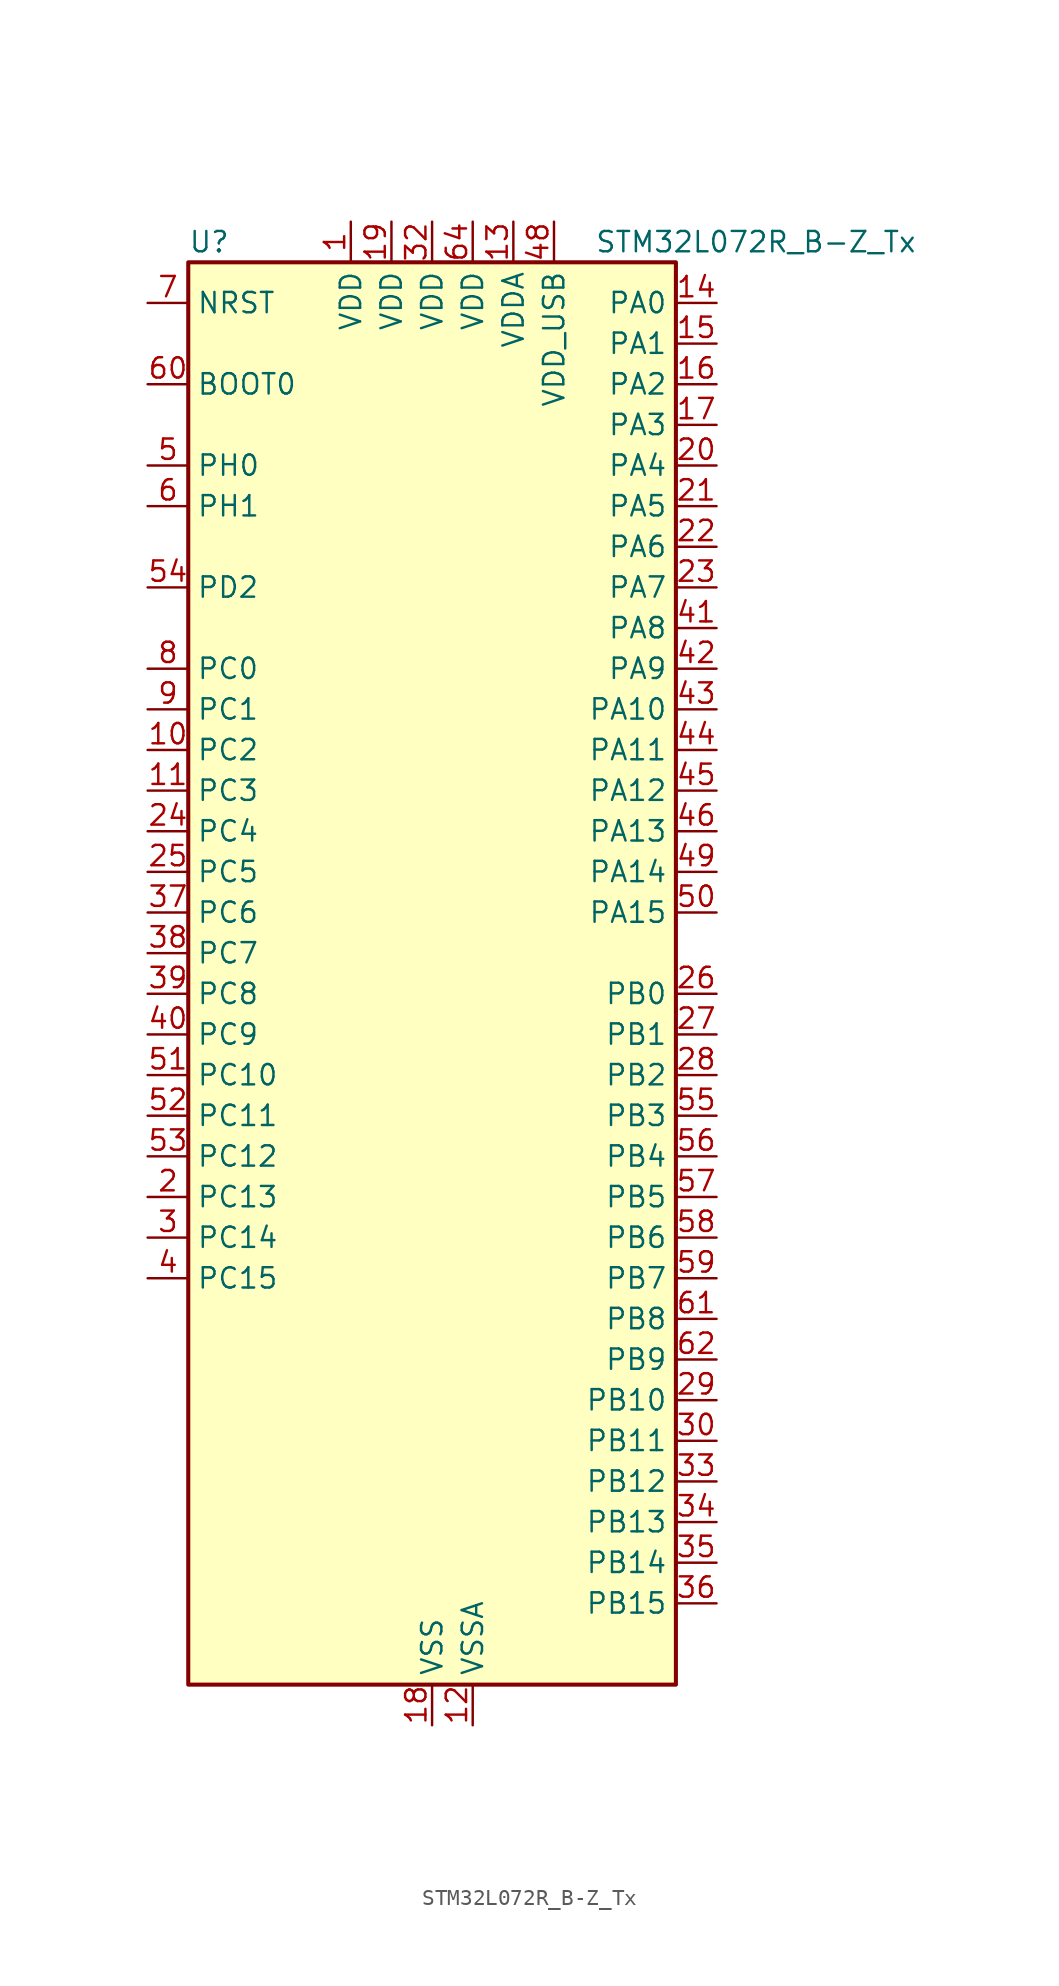
<source format=kicad_sym>
(kicad_symbol_lib
  (version 20231120)
  (generator "kicad_symbol_editor")
  (generator_version "8.0")
  (symbol "STM32L072R_B-Z_Tx"
    (property "Reference" "U"
      (at -15.24 46.99 0)
      (effects (font (size 1.27 1.27)) (justify left)))
    (property "Value" "STM32L072R_B-Z_Tx"
      (at 10.16 46.99 0)
      (effects (font (size 1.27 1.27)) (justify left)))
    (property "ki_locked" ""
      (at 0 0 0)
      (effects (font (size 1.27 1.27))))
    (symbol "STM32L072R_B-Z_Tx_0_1"
      (rectangle (start -15.24 -43.18) (end 15.24 45.72) (stroke (width 0.254) (type default)) (fill (type background))))
    (symbol "STM32L072R_B-Z_Tx_1_1"
      (pin power_in line (at -5.08 48.26 270) (length 2.54) (name "VDD" (effects (font (size 1.27 1.27)))) (number "1" (effects (font (size 1.27 1.27)))))
      (pin bidirectional line (at -17.78 15.24 0) (length 2.54) (name "PC2" (effects (font (size 1.27 1.27)))) (number "10" (effects (font (size 1.27 1.27)))) (alternate "ADC_IN12" bidirectional line) (alternate "I2S2_MCK" bidirectional line) (alternate "LPTIM1_IN2" bidirectional line) (alternate "SPI2_MISO" bidirectional line) (alternate "TSC_G7_IO3" bidirectional line))
      (pin bidirectional line (at -17.78 12.7 0) (length 2.54) (name "PC3" (effects (font (size 1.27 1.27)))) (number "11" (effects (font (size 1.27 1.27)))) (alternate "ADC_IN13" bidirectional line) (alternate "I2S2_SD" bidirectional line) (alternate "LPTIM1_ETR" bidirectional line) (alternate "SPI2_MOSI" bidirectional line) (alternate "TSC_G7_IO4" bidirectional line))
      (pin power_in line (at 2.54 -45.72 90) (length 2.54) (name "VSSA" (effects (font (size 1.27 1.27)))) (number "12" (effects (font (size 1.27 1.27)))))
      (pin power_in line (at 5.08 48.26 270) (length 2.54) (name "VDDA" (effects (font (size 1.27 1.27)))) (number "13" (effects (font (size 1.27 1.27)))))
      (pin bidirectional line (at 17.78 43.18 180) (length 2.54) (name "PA0" (effects (font (size 1.27 1.27)))) (number "14" (effects (font (size 1.27 1.27)))) (alternate "ADC_IN0" bidirectional line) (alternate "COMP1_INM" bidirectional line) (alternate "COMP1_OUT" bidirectional line) (alternate "RTC_TAMP2" bidirectional line) (alternate "SYS_WKUP1" bidirectional line) (alternate "TIM2_CH1" bidirectional line) (alternate "TIM2_ETR" bidirectional line) (alternate "TSC_G1_IO1" bidirectional line) (alternate "USART2_CTS" bidirectional line) (alternate "USART4_TX" bidirectional line))
      (pin bidirectional line (at 17.78 40.64 180) (length 2.54) (name "PA1" (effects (font (size 1.27 1.27)))) (number "15" (effects (font (size 1.27 1.27)))) (alternate "ADC_IN1" bidirectional line) (alternate "COMP1_INP" bidirectional line) (alternate "TIM21_ETR" bidirectional line) (alternate "TIM2_CH2" bidirectional line) (alternate "TSC_G1_IO2" bidirectional line) (alternate "USART2_DE" bidirectional line) (alternate "USART2_RTS" bidirectional line) (alternate "USART4_RX" bidirectional line))
      (pin bidirectional line (at 17.78 38.1 180) (length 2.54) (name "PA2" (effects (font (size 1.27 1.27)))) (number "16" (effects (font (size 1.27 1.27)))) (alternate "ADC_IN2" bidirectional line) (alternate "COMP2_INM" bidirectional line) (alternate "COMP2_OUT" bidirectional line) (alternate "LPUART1_TX" bidirectional line) (alternate "TIM21_CH1" bidirectional line) (alternate "TIM2_CH3" bidirectional line) (alternate "TSC_G1_IO3" bidirectional line) (alternate "USART2_TX" bidirectional line))
      (pin bidirectional line (at 17.78 35.56 180) (length 2.54) (name "PA3" (effects (font (size 1.27 1.27)))) (number "17" (effects (font (size 1.27 1.27)))) (alternate "ADC_IN3" bidirectional line) (alternate "COMP2_INP" bidirectional line) (alternate "LPUART1_RX" bidirectional line) (alternate "TIM21_CH2" bidirectional line) (alternate "TIM2_CH4" bidirectional line) (alternate "TSC_G1_IO4" bidirectional line) (alternate "USART2_RX" bidirectional line))
      (pin power_in line (at 0 -45.72 90) (length 2.54) (name "VSS" (effects (font (size 1.27 1.27)))) (number "18" (effects (font (size 1.27 1.27)))))
      (pin power_in line (at -2.54 48.26 270) (length 2.54) (name "VDD" (effects (font (size 1.27 1.27)))) (number "19" (effects (font (size 1.27 1.27)))))
      (pin bidirectional line (at -17.78 -12.7 0) (length 2.54) (name "PC13" (effects (font (size 1.27 1.27)))) (number "2" (effects (font (size 1.27 1.27)))) (alternate "RTC_OUT_ALARM" bidirectional line) (alternate "RTC_OUT_CALIB" bidirectional line) (alternate "RTC_TAMP1" bidirectional line) (alternate "RTC_TS" bidirectional line) (alternate "SYS_WKUP2" bidirectional line))
      (pin bidirectional line (at 17.78 33.02 180) (length 2.54) (name "PA4" (effects (font (size 1.27 1.27)))) (number "20" (effects (font (size 1.27 1.27)))) (alternate "ADC_IN4" bidirectional line) (alternate "COMP1_INM" bidirectional line) (alternate "COMP2_INM" bidirectional line) (alternate "DAC_OUT1" bidirectional line) (alternate "SPI1_NSS" bidirectional line) (alternate "TIM22_ETR" bidirectional line) (alternate "TSC_G2_IO1" bidirectional line) (alternate "USART2_CK" bidirectional line))
      (pin bidirectional line (at 17.78 30.48 180) (length 2.54) (name "PA5" (effects (font (size 1.27 1.27)))) (number "21" (effects (font (size 1.27 1.27)))) (alternate "ADC_IN5" bidirectional line) (alternate "COMP1_INM" bidirectional line) (alternate "COMP2_INM" bidirectional line) (alternate "DAC_OUT2" bidirectional line) (alternate "SPI1_SCK" bidirectional line) (alternate "TIM2_CH1" bidirectional line) (alternate "TIM2_ETR" bidirectional line) (alternate "TSC_G2_IO2" bidirectional line))
      (pin bidirectional line (at 17.78 27.94 180) (length 2.54) (name "PA6" (effects (font (size 1.27 1.27)))) (number "22" (effects (font (size 1.27 1.27)))) (alternate "ADC_IN6" bidirectional line) (alternate "COMP1_OUT" bidirectional line) (alternate "LPUART1_CTS" bidirectional line) (alternate "SPI1_MISO" bidirectional line) (alternate "TIM22_CH1" bidirectional line) (alternate "TIM3_CH1" bidirectional line) (alternate "TSC_G2_IO3" bidirectional line))
      (pin bidirectional line (at 17.78 25.4 180) (length 2.54) (name "PA7" (effects (font (size 1.27 1.27)))) (number "23" (effects (font (size 1.27 1.27)))) (alternate "ADC_IN7" bidirectional line) (alternate "COMP2_OUT" bidirectional line) (alternate "SPI1_MOSI" bidirectional line) (alternate "TIM22_CH2" bidirectional line) (alternate "TIM3_CH2" bidirectional line) (alternate "TSC_G2_IO4" bidirectional line))
      (pin bidirectional line (at -17.78 10.16 0) (length 2.54) (name "PC4" (effects (font (size 1.27 1.27)))) (number "24" (effects (font (size 1.27 1.27)))) (alternate "ADC_IN14" bidirectional line) (alternate "LPUART1_TX" bidirectional line))
      (pin bidirectional line (at -17.78 7.62 0) (length 2.54) (name "PC5" (effects (font (size 1.27 1.27)))) (number "25" (effects (font (size 1.27 1.27)))) (alternate "ADC_IN15" bidirectional line) (alternate "LPUART1_RX" bidirectional line) (alternate "TSC_G3_IO1" bidirectional line))
      (pin bidirectional line (at 17.78 0 180) (length 2.54) (name "PB0" (effects (font (size 1.27 1.27)))) (number "26" (effects (font (size 1.27 1.27)))) (alternate "ADC_IN8" bidirectional line) (alternate "SYS_VREF_OUT_PB0" bidirectional line) (alternate "TIM3_CH3" bidirectional line) (alternate "TSC_G3_IO2" bidirectional line))
      (pin bidirectional line (at 17.78 -2.54 180) (length 2.54) (name "PB1" (effects (font (size 1.27 1.27)))) (number "27" (effects (font (size 1.27 1.27)))) (alternate "ADC_IN9" bidirectional line) (alternate "LPUART1_DE" bidirectional line) (alternate "LPUART1_RTS" bidirectional line) (alternate "SYS_VREF_OUT_PB1" bidirectional line) (alternate "TIM3_CH4" bidirectional line) (alternate "TSC_G3_IO3" bidirectional line))
      (pin bidirectional line (at 17.78 -5.08 180) (length 2.54) (name "PB2" (effects (font (size 1.27 1.27)))) (number "28" (effects (font (size 1.27 1.27)))) (alternate "I2C3_SMBA" bidirectional line) (alternate "LPTIM1_OUT" bidirectional line) (alternate "TSC_G3_IO4" bidirectional line))
      (pin bidirectional line (at 17.78 -25.4 180) (length 2.54) (name "PB10" (effects (font (size 1.27 1.27)))) (number "29" (effects (font (size 1.27 1.27)))) (alternate "I2C2_SCL" bidirectional line) (alternate "LPUART1_RX" bidirectional line) (alternate "LPUART1_TX" bidirectional line) (alternate "SPI2_SCK" bidirectional line) (alternate "TIM2_CH3" bidirectional line) (alternate "TSC_SYNC" bidirectional line))
      (pin bidirectional line (at -17.78 -15.24 0) (length 2.54) (name "PC14" (effects (font (size 1.27 1.27)))) (number "3" (effects (font (size 1.27 1.27)))) (alternate "RCC_OSC32_IN" bidirectional line))
      (pin bidirectional line (at 17.78 -27.94 180) (length 2.54) (name "PB11" (effects (font (size 1.27 1.27)))) (number "30" (effects (font (size 1.27 1.27)))) (alternate "ADC_EXTI11" bidirectional line) (alternate "I2C2_SDA" bidirectional line) (alternate "LPUART1_RX" bidirectional line) (alternate "LPUART1_TX" bidirectional line) (alternate "TIM2_CH4" bidirectional line) (alternate "TSC_G6_IO1" bidirectional line))
      (pin passive line (at 0 -45.72 90) (length 2.54) hide (name "VSS" (effects (font (size 1.27 1.27)))) (number "31" (effects (font (size 1.27 1.27)))))
      (pin power_in line (at 0 48.26 270) (length 2.54) (name "VDD" (effects (font (size 1.27 1.27)))) (number "32" (effects (font (size 1.27 1.27)))))
      (pin bidirectional line (at 17.78 -30.48 180) (length 2.54) (name "PB12" (effects (font (size 1.27 1.27)))) (number "33" (effects (font (size 1.27 1.27)))) (alternate "I2S2_WS" bidirectional line) (alternate "LPUART1_DE" bidirectional line) (alternate "LPUART1_RTS" bidirectional line) (alternate "SPI2_NSS" bidirectional line) (alternate "TSC_G6_IO2" bidirectional line))
      (pin bidirectional line (at 17.78 -33.02 180) (length 2.54) (name "PB13" (effects (font (size 1.27 1.27)))) (number "34" (effects (font (size 1.27 1.27)))) (alternate "I2C2_SCL" bidirectional line) (alternate "I2S2_CK" bidirectional line) (alternate "LPUART1_CTS" bidirectional line) (alternate "RCC_MCO" bidirectional line) (alternate "SPI2_SCK" bidirectional line) (alternate "TIM21_CH1" bidirectional line) (alternate "TSC_G6_IO3" bidirectional line))
      (pin bidirectional line (at 17.78 -35.56 180) (length 2.54) (name "PB14" (effects (font (size 1.27 1.27)))) (number "35" (effects (font (size 1.27 1.27)))) (alternate "I2C2_SDA" bidirectional line) (alternate "I2S2_MCK" bidirectional line) (alternate "LPUART1_DE" bidirectional line) (alternate "LPUART1_RTS" bidirectional line) (alternate "RTC_OUT_ALARM" bidirectional line) (alternate "RTC_OUT_CALIB" bidirectional line) (alternate "SPI2_MISO" bidirectional line) (alternate "TIM21_CH2" bidirectional line) (alternate "TSC_G6_IO4" bidirectional line))
      (pin bidirectional line (at 17.78 -38.1 180) (length 2.54) (name "PB15" (effects (font (size 1.27 1.27)))) (number "36" (effects (font (size 1.27 1.27)))) (alternate "I2S2_SD" bidirectional line) (alternate "RTC_REFIN" bidirectional line) (alternate "SPI2_MOSI" bidirectional line))
      (pin bidirectional line (at -17.78 5.08 0) (length 2.54) (name "PC6" (effects (font (size 1.27 1.27)))) (number "37" (effects (font (size 1.27 1.27)))) (alternate "TIM22_CH1" bidirectional line) (alternate "TIM3_CH1" bidirectional line) (alternate "TSC_G8_IO1" bidirectional line))
      (pin bidirectional line (at -17.78 2.54 0) (length 2.54) (name "PC7" (effects (font (size 1.27 1.27)))) (number "38" (effects (font (size 1.27 1.27)))) (alternate "TIM22_CH2" bidirectional line) (alternate "TIM3_CH2" bidirectional line) (alternate "TSC_G8_IO2" bidirectional line))
      (pin bidirectional line (at -17.78 0 0) (length 2.54) (name "PC8" (effects (font (size 1.27 1.27)))) (number "39" (effects (font (size 1.27 1.27)))) (alternate "TIM22_ETR" bidirectional line) (alternate "TIM3_CH3" bidirectional line) (alternate "TSC_G8_IO3" bidirectional line))
      (pin bidirectional line (at -17.78 -17.78 0) (length 2.54) (name "PC15" (effects (font (size 1.27 1.27)))) (number "4" (effects (font (size 1.27 1.27)))) (alternate "RCC_OSC32_OUT" bidirectional line))
      (pin bidirectional line (at -17.78 -2.54 0) (length 2.54) (name "PC9" (effects (font (size 1.27 1.27)))) (number "40" (effects (font (size 1.27 1.27)))) (alternate "DAC_EXTI9" bidirectional line) (alternate "I2C3_SDA" bidirectional line) (alternate "TIM21_ETR" bidirectional line) (alternate "TIM3_CH4" bidirectional line) (alternate "TSC_G8_IO4" bidirectional line) (alternate "USB_NOE" bidirectional line))
      (pin bidirectional line (at 17.78 22.86 180) (length 2.54) (name "PA8" (effects (font (size 1.27 1.27)))) (number "41" (effects (font (size 1.27 1.27)))) (alternate "CRS_SYNC" bidirectional line) (alternate "I2C3_SCL" bidirectional line) (alternate "RCC_MCO" bidirectional line) (alternate "USART1_CK" bidirectional line))
      (pin bidirectional line (at 17.78 20.32 180) (length 2.54) (name "PA9" (effects (font (size 1.27 1.27)))) (number "42" (effects (font (size 1.27 1.27)))) (alternate "DAC_EXTI9" bidirectional line) (alternate "I2C1_SCL" bidirectional line) (alternate "I2C3_SMBA" bidirectional line) (alternate "RCC_MCO" bidirectional line) (alternate "TSC_G4_IO1" bidirectional line) (alternate "USART1_TX" bidirectional line))
      (pin bidirectional line (at 17.78 17.78 180) (length 2.54) (name "PA10" (effects (font (size 1.27 1.27)))) (number "43" (effects (font (size 1.27 1.27)))) (alternate "I2C1_SDA" bidirectional line) (alternate "TSC_G4_IO2" bidirectional line) (alternate "USART1_RX" bidirectional line))
      (pin bidirectional line (at 17.78 15.24 180) (length 2.54) (name "PA11" (effects (font (size 1.27 1.27)))) (number "44" (effects (font (size 1.27 1.27)))) (alternate "ADC_EXTI11" bidirectional line) (alternate "COMP1_OUT" bidirectional line) (alternate "SPI1_MISO" bidirectional line) (alternate "TSC_G4_IO3" bidirectional line) (alternate "USART1_CTS" bidirectional line) (alternate "USB_DM" bidirectional line))
      (pin bidirectional line (at 17.78 12.7 180) (length 2.54) (name "PA12" (effects (font (size 1.27 1.27)))) (number "45" (effects (font (size 1.27 1.27)))) (alternate "COMP2_OUT" bidirectional line) (alternate "SPI1_MOSI" bidirectional line) (alternate "TSC_G4_IO4" bidirectional line) (alternate "USART1_DE" bidirectional line) (alternate "USART1_RTS" bidirectional line) (alternate "USB_DP" bidirectional line))
      (pin bidirectional line (at 17.78 10.16 180) (length 2.54) (name "PA13" (effects (font (size 1.27 1.27)))) (number "46" (effects (font (size 1.27 1.27)))) (alternate "LPUART1_RX" bidirectional line) (alternate "SYS_SWDIO" bidirectional line) (alternate "USB_NOE" bidirectional line))
      (pin passive line (at 0 -45.72 90) (length 2.54) hide (name "VSS" (effects (font (size 1.27 1.27)))) (number "47" (effects (font (size 1.27 1.27)))))
      (pin power_in line (at 7.62 48.26 270) (length 2.54) (name "VDD_USB" (effects (font (size 1.27 1.27)))) (number "48" (effects (font (size 1.27 1.27)))))
      (pin bidirectional line (at 17.78 7.62 180) (length 2.54) (name "PA14" (effects (font (size 1.27 1.27)))) (number "49" (effects (font (size 1.27 1.27)))) (alternate "LPUART1_TX" bidirectional line) (alternate "SYS_SWCLK" bidirectional line) (alternate "USART2_TX" bidirectional line))
      (pin bidirectional line (at -17.78 33.02 0) (length 2.54) (name "PH0" (effects (font (size 1.27 1.27)))) (number "5" (effects (font (size 1.27 1.27)))) (alternate "CRS_SYNC" bidirectional line) (alternate "RCC_OSC_IN" bidirectional line))
      (pin bidirectional line (at 17.78 5.08 180) (length 2.54) (name "PA15" (effects (font (size 1.27 1.27)))) (number "50" (effects (font (size 1.27 1.27)))) (alternate "SPI1_NSS" bidirectional line) (alternate "TIM2_CH1" bidirectional line) (alternate "TIM2_ETR" bidirectional line) (alternate "USART2_RX" bidirectional line) (alternate "USART4_DE" bidirectional line) (alternate "USART4_RTS" bidirectional line))
      (pin bidirectional line (at -17.78 -5.08 0) (length 2.54) (name "PC10" (effects (font (size 1.27 1.27)))) (number "51" (effects (font (size 1.27 1.27)))) (alternate "LPUART1_TX" bidirectional line) (alternate "USART4_TX" bidirectional line))
      (pin bidirectional line (at -17.78 -7.62 0) (length 2.54) (name "PC11" (effects (font (size 1.27 1.27)))) (number "52" (effects (font (size 1.27 1.27)))) (alternate "ADC_EXTI11" bidirectional line) (alternate "LPUART1_RX" bidirectional line) (alternate "USART4_RX" bidirectional line))
      (pin bidirectional line (at -17.78 -10.16 0) (length 2.54) (name "PC12" (effects (font (size 1.27 1.27)))) (number "53" (effects (font (size 1.27 1.27)))) (alternate "USART4_CK" bidirectional line) (alternate "USART5_TX" bidirectional line))
      (pin bidirectional line (at -17.78 25.4 0) (length 2.54) (name "PD2" (effects (font (size 1.27 1.27)))) (number "54" (effects (font (size 1.27 1.27)))) (alternate "LPUART1_DE" bidirectional line) (alternate "LPUART1_RTS" bidirectional line) (alternate "TIM3_ETR" bidirectional line) (alternate "USART5_RX" bidirectional line))
      (pin bidirectional line (at 17.78 -7.62 180) (length 2.54) (name "PB3" (effects (font (size 1.27 1.27)))) (number "55" (effects (font (size 1.27 1.27)))) (alternate "COMP2_INM" bidirectional line) (alternate "SPI1_SCK" bidirectional line) (alternate "TIM2_CH2" bidirectional line) (alternate "TSC_G5_IO1" bidirectional line) (alternate "USART1_DE" bidirectional line) (alternate "USART1_RTS" bidirectional line) (alternate "USART5_TX" bidirectional line))
      (pin bidirectional line (at 17.78 -10.16 180) (length 2.54) (name "PB4" (effects (font (size 1.27 1.27)))) (number "56" (effects (font (size 1.27 1.27)))) (alternate "COMP2_INP" bidirectional line) (alternate "I2C3_SDA" bidirectional line) (alternate "SPI1_MISO" bidirectional line) (alternate "TIM22_CH1" bidirectional line) (alternate "TIM3_CH1" bidirectional line) (alternate "TSC_G5_IO2" bidirectional line) (alternate "USART1_CTS" bidirectional line) (alternate "USART5_RX" bidirectional line))
      (pin bidirectional line (at 17.78 -12.7 180) (length 2.54) (name "PB5" (effects (font (size 1.27 1.27)))) (number "57" (effects (font (size 1.27 1.27)))) (alternate "COMP2_INP" bidirectional line) (alternate "I2C1_SMBA" bidirectional line) (alternate "LPTIM1_IN1" bidirectional line) (alternate "SPI1_MOSI" bidirectional line) (alternate "TIM22_CH2" bidirectional line) (alternate "TIM3_CH2" bidirectional line) (alternate "USART1_CK" bidirectional line) (alternate "USART5_CK" bidirectional line) (alternate "USART5_DE" bidirectional line) (alternate "USART5_RTS" bidirectional line))
      (pin bidirectional line (at 17.78 -15.24 180) (length 2.54) (name "PB6" (effects (font (size 1.27 1.27)))) (number "58" (effects (font (size 1.27 1.27)))) (alternate "COMP2_INP" bidirectional line) (alternate "I2C1_SCL" bidirectional line) (alternate "LPTIM1_ETR" bidirectional line) (alternate "TSC_G5_IO3" bidirectional line) (alternate "USART1_TX" bidirectional line))
      (pin bidirectional line (at 17.78 -17.78 180) (length 2.54) (name "PB7" (effects (font (size 1.27 1.27)))) (number "59" (effects (font (size 1.27 1.27)))) (alternate "COMP2_INP" bidirectional line) (alternate "I2C1_SDA" bidirectional line) (alternate "LPTIM1_IN2" bidirectional line) (alternate "SYS_PVD_IN" bidirectional line) (alternate "TSC_G5_IO4" bidirectional line) (alternate "USART1_RX" bidirectional line) (alternate "USART4_CTS" bidirectional line))
      (pin bidirectional line (at -17.78 30.48 0) (length 2.54) (name "PH1" (effects (font (size 1.27 1.27)))) (number "6" (effects (font (size 1.27 1.27)))) (alternate "RCC_OSC_OUT" bidirectional line))
      (pin input line (at -17.78 38.1 0) (length 2.54) (name "BOOT0" (effects (font (size 1.27 1.27)))) (number "60" (effects (font (size 1.27 1.27)))))
      (pin bidirectional line (at 17.78 -20.32 180) (length 2.54) (name "PB8" (effects (font (size 1.27 1.27)))) (number "61" (effects (font (size 1.27 1.27)))) (alternate "I2C1_SCL" bidirectional line) (alternate "TSC_SYNC" bidirectional line))
      (pin bidirectional line (at 17.78 -22.86 180) (length 2.54) (name "PB9" (effects (font (size 1.27 1.27)))) (number "62" (effects (font (size 1.27 1.27)))) (alternate "DAC_EXTI9" bidirectional line) (alternate "I2C1_SDA" bidirectional line) (alternate "I2S2_WS" bidirectional line) (alternate "SPI2_NSS" bidirectional line))
      (pin passive line (at 0 -45.72 90) (length 2.54) hide (name "VSS" (effects (font (size 1.27 1.27)))) (number "63" (effects (font (size 1.27 1.27)))))
      (pin power_in line (at 2.54 48.26 270) (length 2.54) (name "VDD" (effects (font (size 1.27 1.27)))) (number "64" (effects (font (size 1.27 1.27)))))
      (pin input line (at -17.78 43.18 0) (length 2.54) (name "NRST" (effects (font (size 1.27 1.27)))) (number "7" (effects (font (size 1.27 1.27)))))
      (pin bidirectional line (at -17.78 20.32 0) (length 2.54) (name "PC0" (effects (font (size 1.27 1.27)))) (number "8" (effects (font (size 1.27 1.27)))) (alternate "ADC_IN10" bidirectional line) (alternate "I2C3_SCL" bidirectional line) (alternate "LPTIM1_IN1" bidirectional line) (alternate "LPUART1_RX" bidirectional line) (alternate "TSC_G7_IO1" bidirectional line))
      (pin bidirectional line (at -17.78 17.78 0) (length 2.54) (name "PC1" (effects (font (size 1.27 1.27)))) (number "9" (effects (font (size 1.27 1.27)))) (alternate "ADC_IN11" bidirectional line) (alternate "I2C3_SDA" bidirectional line) (alternate "LPTIM1_OUT" bidirectional line) (alternate "LPUART1_TX" bidirectional line) (alternate "TSC_G7_IO2" bidirectional line)))))
</source>
